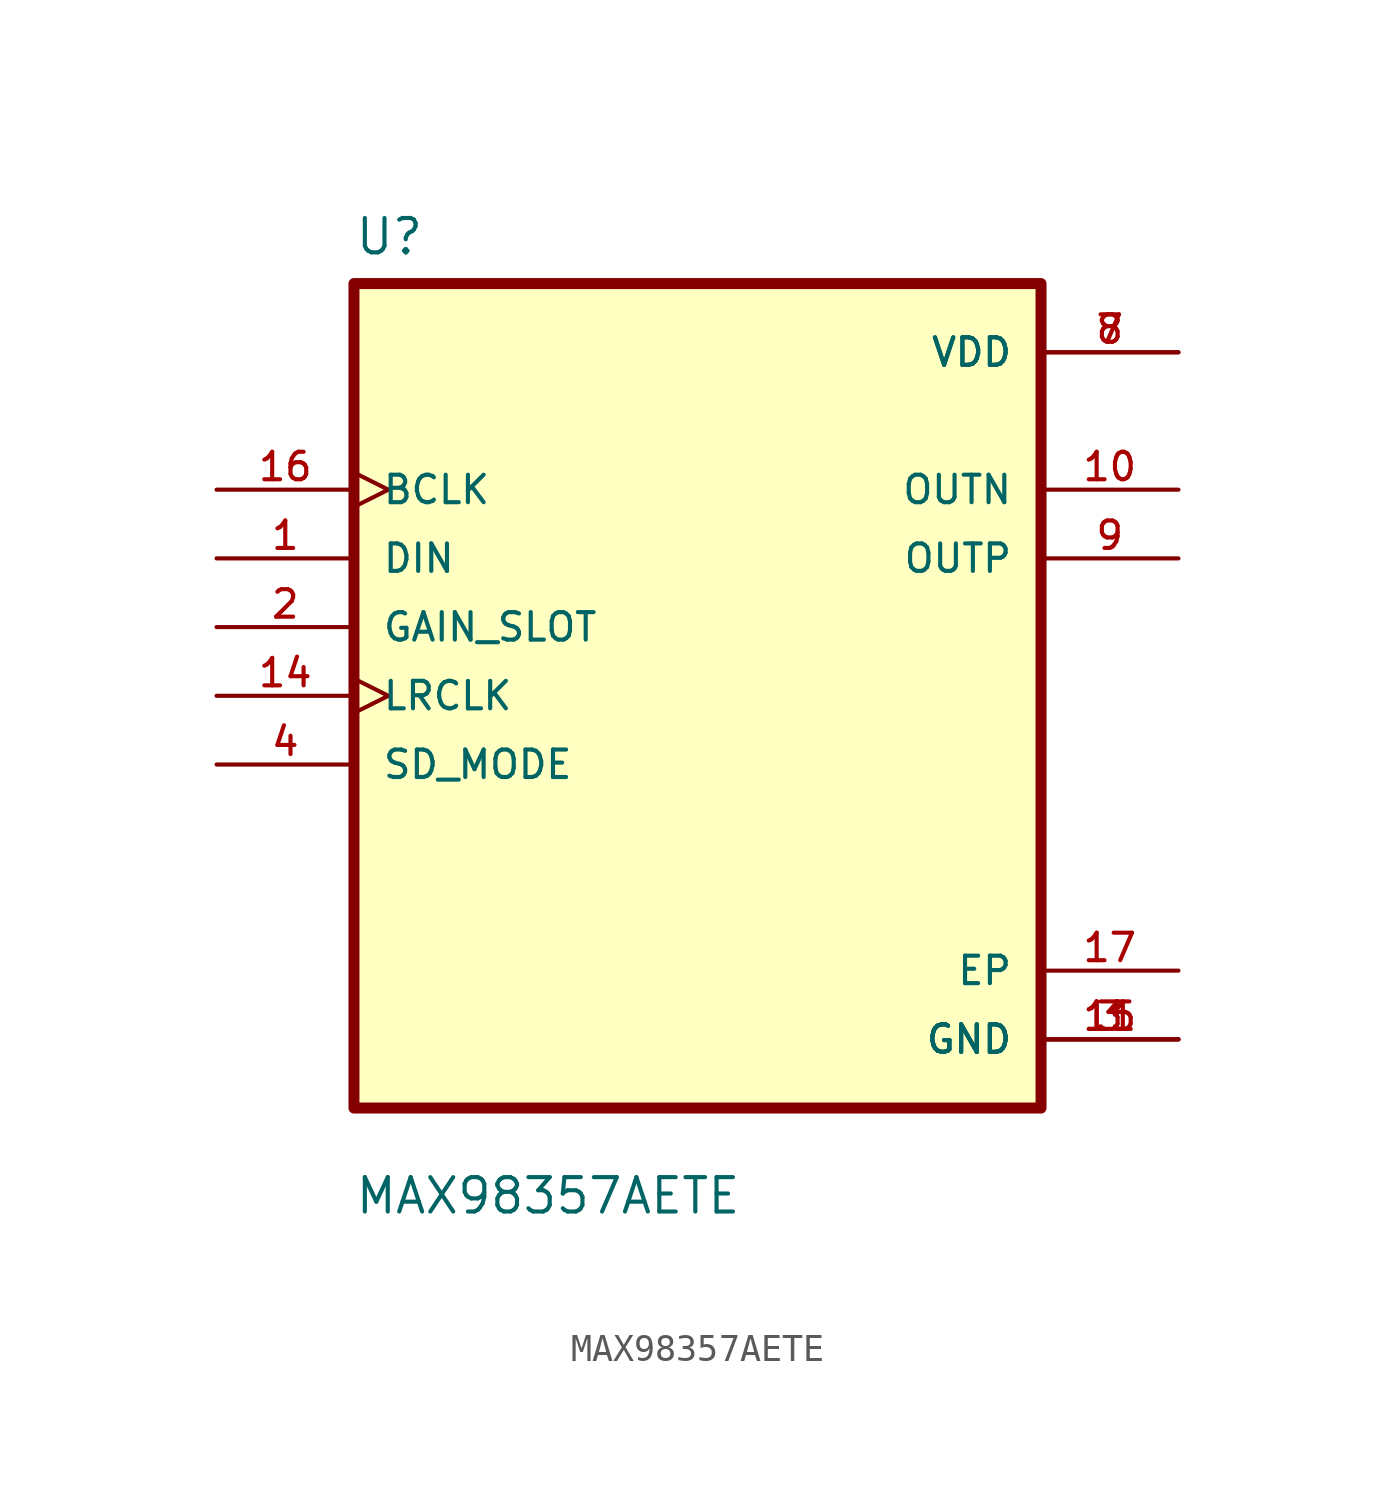
<source format=kicad_sym>
(kicad_symbol_lib
  (version 20211014)
  (generator kicad_symbol_editor)
  (symbol "MAX98357AETE"
    (pin_names
      (offset 1.016))
    (property "Reference" "U"
      (at -12.7 16.231 0)
      (effects (font (size 1.27 1.27)) (justify left bottom)))
    (property "Value" "MAX98357AETE"
      (at -12.7 -19.228 0)
      (effects (font (size 1.27 1.27)) (justify left bottom)))
    (property "ki_locked" ""
      (at 0 0 0)
      (effects (font (size 1.27 1.27))))
    (symbol "MAX98357AETE_0_0"
      (rectangle (start -12.7 -15.24) (end 12.7 15.24) (stroke (width 0.406) (type default) (color 0 0 0 0)) (fill (type background)))
      (pin input line (at -17.78 5.08 0) (length 5.08) (name "DIN" (effects (font (size 1.016 1.016)))) (number "1" (effects (font (size 1.016 1.016)))))
      (pin output line (at 17.78 7.62 180) (length 5.08) (name "OUTN" (effects (font (size 1.016 1.016)))) (number "10" (effects (font (size 1.016 1.016)))))
      (pin power_in line (at 17.78 -12.7 180) (length 5.08) (name "GND" (effects (font (size 1.016 1.016)))) (number "11" (effects (font (size 1.016 1.016)))))
      (pin input clock (at -17.78 0 0) (length 5.08) (name "LRCLK" (effects (font (size 1.016 1.016)))) (number "14" (effects (font (size 1.016 1.016)))))
      (pin power_in line (at 17.78 -12.7 180) (length 5.08) (name "GND" (effects (font (size 1.016 1.016)))) (number "15" (effects (font (size 1.016 1.016)))))
      (pin input clock (at -17.78 7.62 0) (length 5.08) (name "BCLK" (effects (font (size 1.016 1.016)))) (number "16" (effects (font (size 1.016 1.016)))))
      (pin power_in line (at 17.78 -10.16 180) (length 5.08) (name "EP" (effects (font (size 1.016 1.016)))) (number "17" (effects (font (size 1.016 1.016)))))
      (pin input line (at -17.78 2.54 0) (length 5.08) (name "GAIN_SLOT" (effects (font (size 1.016 1.016)))) (number "2" (effects (font (size 1.016 1.016)))))
      (pin power_in line (at 17.78 -12.7 180) (length 5.08) (name "GND" (effects (font (size 1.016 1.016)))) (number "3" (effects (font (size 1.016 1.016)))))
      (pin input line (at -17.78 -2.54 0) (length 5.08) (name "SD_MODE" (effects (font (size 1.016 1.016)))) (number "4" (effects (font (size 1.016 1.016)))))
      (pin power_in line (at 17.78 12.7 180) (length 5.08) (name "VDD" (effects (font (size 1.016 1.016)))) (number "7" (effects (font (size 1.016 1.016)))))
      (pin power_in line (at 17.78 12.7 180) (length 5.08) (name "VDD" (effects (font (size 1.016 1.016)))) (number "8" (effects (font (size 1.016 1.016)))))
      (pin output line (at 17.78 5.08 180) (length 5.08) (name "OUTP" (effects (font (size 1.016 1.016)))) (number "9" (effects (font (size 1.016 1.016))))))))
</source>
